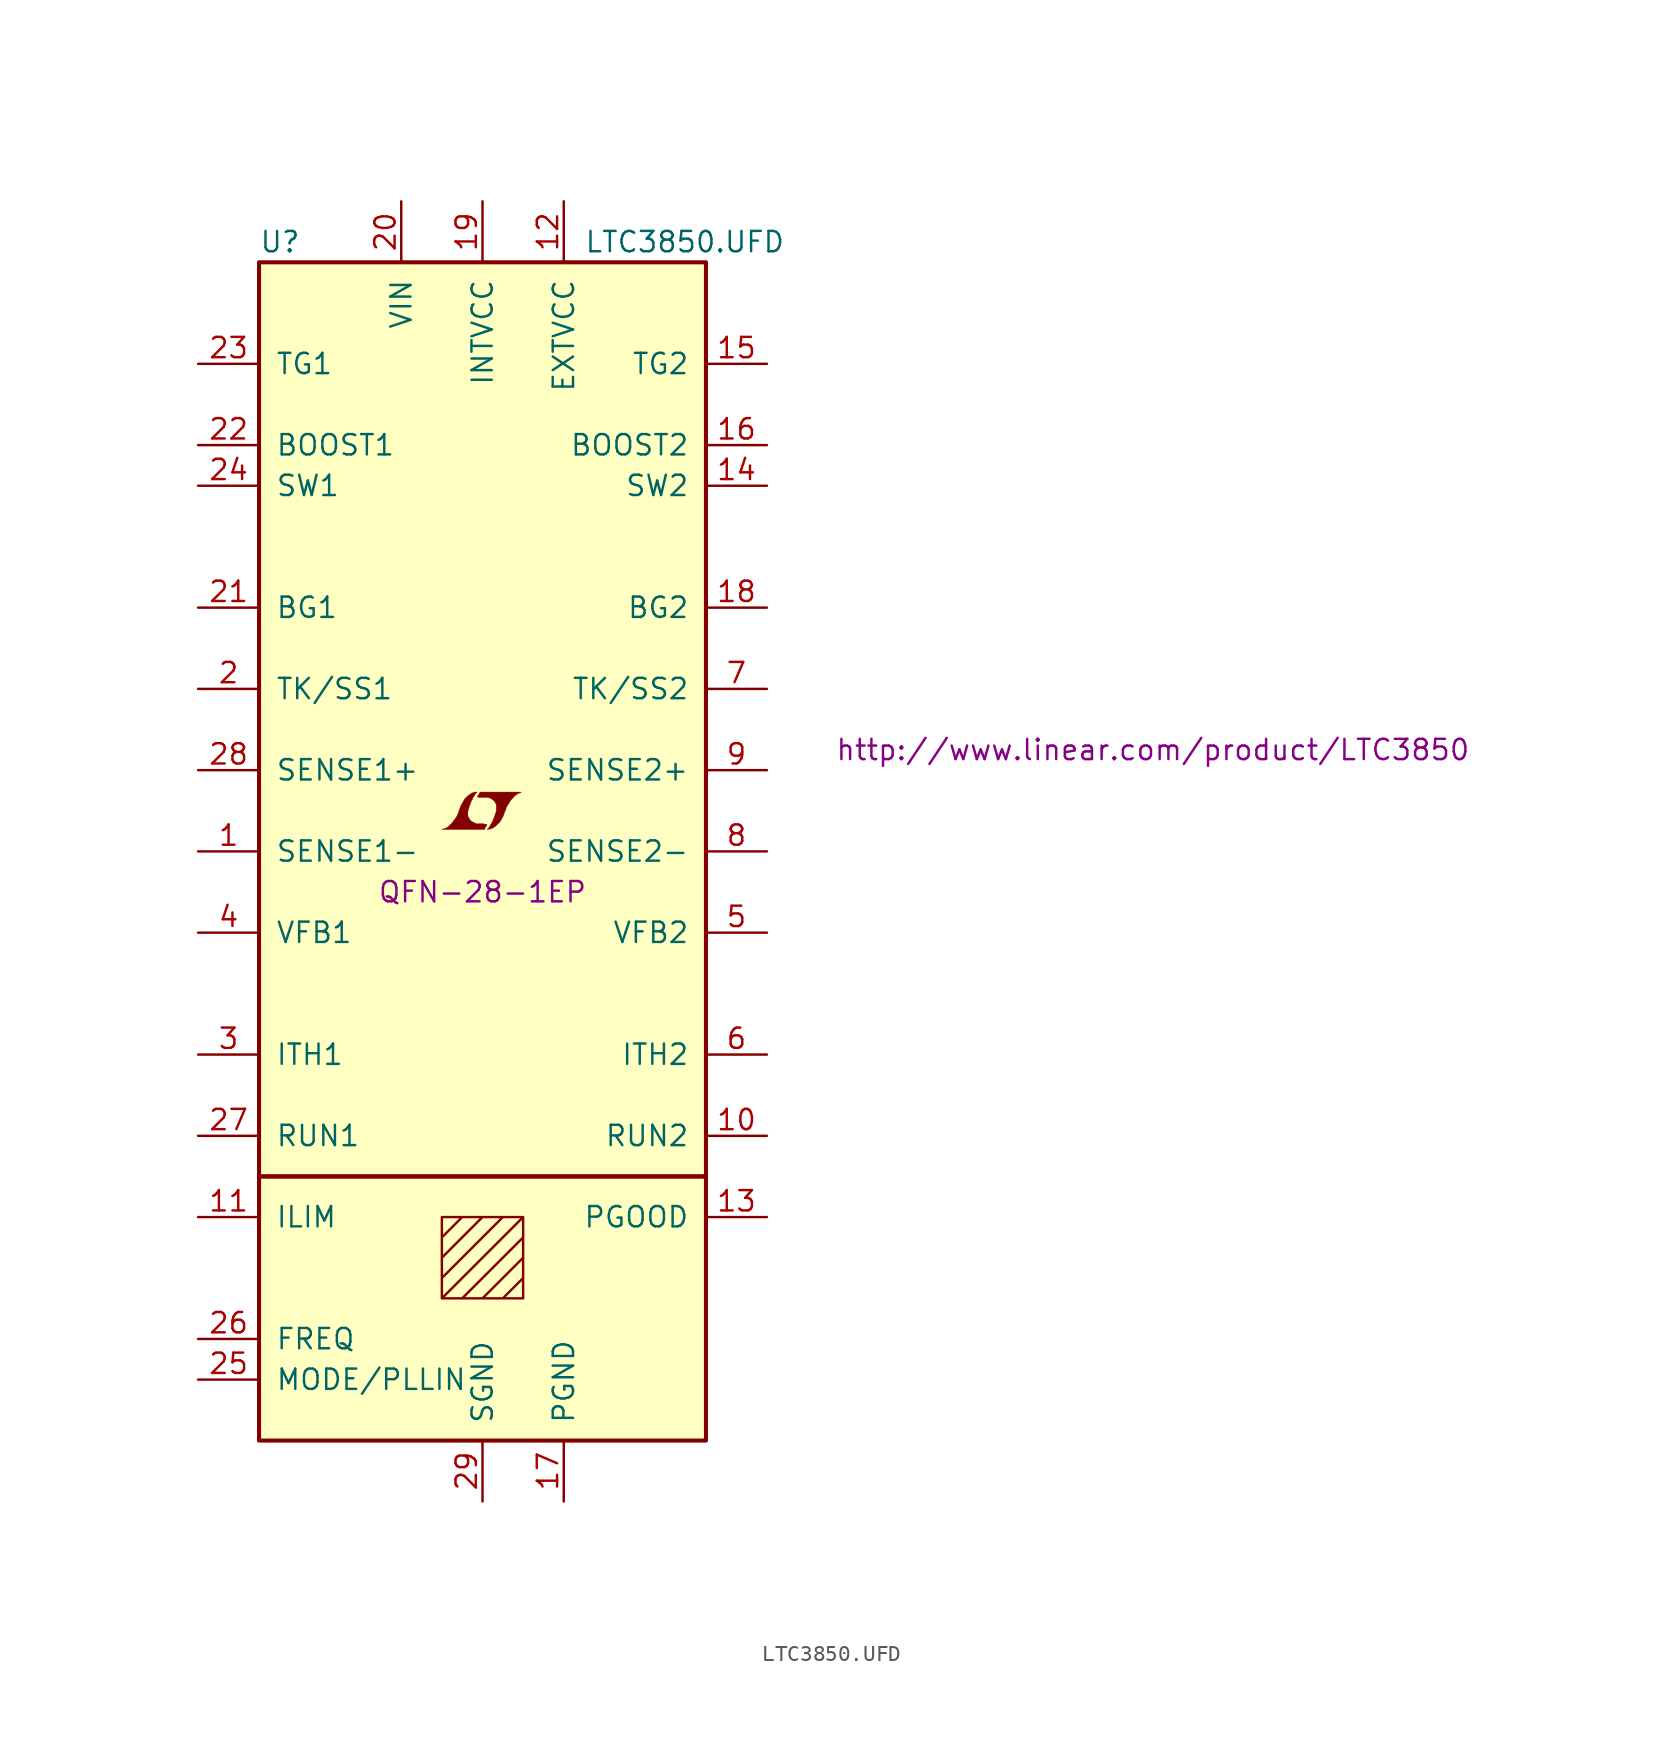
<source format=kicad_sym>
(kicad_symbol_lib
  (version 20201005)
  (generator kicad_symbol_editor)
  (symbol "LTC3850.UFD"
    (pin_names
      (offset 1.016))
    (property "Reference" "U"
      (at -13.97 38.1 0)
      (effects (font (size 1.27 1.27)) (justify left)))
    (property "Value" "LTC3850.UFD"
      (at 6.35 38.1 0)
      (effects (font (size 1.27 1.27)) (justify left)))
    (property "Footprint" "QFN-28-1EP"
      (at 0 -2.54 0)
      (effects (font (size 1.27 1.27))))
    (property "Datasheet" "http://www.linear.com/product/LTC3850"
      (at 41.91 6.35 0)
      (effects (font (size 1.27 1.27))))
    (symbol "LTC3850.UFD_0_0"
      (polyline (pts (xy 0.203 1.549) (xy 0.229 1.575) (xy 0.279 1.676) (xy 0.279 1.702) (xy 0.152 1.702) (xy 0.051 1.727) (xy -0.406 1.727) (xy -0.432 1.753) (xy -0.686 1.88) (xy -0.787 1.981) (xy -0.864 2.108) (xy -0.914 2.21) (xy -0.914 2.515) (xy -0.864 2.667) (xy -0.838 2.769) (xy -0.813 2.845) (xy -0.762 2.972) (xy -0.711 3.124) (xy -0.635 3.251) (xy -0.584 3.378) (xy -0.508 3.48) (xy -0.457 3.581) (xy -0.33 3.708) (xy -0.508 3.708) (xy -0.635 3.658) (xy -0.737 3.607) (xy -0.813 3.556) (xy -0.94 3.454) (xy -1.118 3.277) (xy -1.372 2.819) (xy -1.473 2.54) (xy -1.473 2.489) (xy -1.524 2.388) (xy -1.575 2.261) (xy -1.626 2.159) (xy -1.753 1.981) (xy -1.905 1.778) (xy -2.057 1.626) (xy -2.21 1.499) (xy -2.388 1.422) (xy -2.54 1.372) (xy 0.127 1.372) (xy 0.203 1.549)) (stroke (width 0.025)) (fill (type outline)))
      (polyline (pts (xy 0.406 1.397) (xy 0.483 1.397) (xy 0.66 1.473) (xy 0.813 1.575) (xy 1.092 1.854) (xy 1.219 2.057) (xy 1.321 2.261) (xy 1.397 2.515) (xy 1.422 2.515) (xy 1.499 2.769) (xy 1.753 3.175) (xy 1.905 3.353) (xy 2.057 3.505) (xy 2.21 3.607) (xy 2.388 3.683) (xy 2.413 3.683) (xy 2.413 3.708) (xy -0.152 3.708) (xy -0.229 3.556) (xy -0.254 3.531) (xy -0.305 3.429) (xy -0.33 3.404) (xy -0.279 3.404) (xy -0.229 3.378) (xy 0.305 3.378) (xy 0.356 3.353) (xy 0.406 3.353) (xy 0.483 3.327) (xy 0.61 3.251) (xy 0.737 3.15) (xy 0.813 3.023) (xy 0.838 2.972) (xy 0.864 2.946) (xy 0.864 2.54) (xy 0.838 2.489) (xy 0.838 2.413) (xy 0.787 2.311) (xy 0.762 2.184) (xy 0.686 2.032) (xy 0.635 1.88) (xy 0.483 1.626) (xy 0.432 1.524) (xy 0.279 1.372) (xy 0.406 1.397)) (stroke (width 0.025)) (fill (type outline))))
    (symbol "LTC3850.UFD_0_1"
      (rectangle (start -13.97 36.83) (end 13.97 -20.32) (stroke (width 0.254)) (fill (type background)))
      (rectangle (start 13.97 -20.32) (end -13.97 -36.83) (stroke (width 0.254)) (fill (type background)))
      (polyline (pts (xy -2.54 -24.13) (xy -1.27 -22.86) (xy 0 -22.86) (xy -2.54 -25.4) (xy -2.54 -26.67) (xy 1.27 -22.86) (xy 2.54 -22.86) (xy -2.54 -27.94) (xy -1.27 -27.94) (xy 2.54 -24.13) (xy 2.54 -25.4) (xy 0 -27.94) (xy 1.27 -27.94) (xy 2.54 -26.67) (xy 2.54 -27.94) (xy -2.54 -27.94) (xy -2.54 -22.86) (xy 2.54 -22.86) (xy 2.54 -27.94)) (stroke (width 0)) (fill (type none))))
    (symbol "LTC3850.UFD_1_1"
      (pin passive line (at -17.78 0 0) (length 3.81) (name "SENSE1-" (effects (font (size 1.27 1.27)))) (number "1" (effects (font (size 1.27 1.27)))))
      (pin input line (at 17.78 -17.78 180) (length 3.81) (name "RUN2" (effects (font (size 1.27 1.27)))) (number "10" (effects (font (size 1.27 1.27)))))
      (pin passive line (at -17.78 -22.86 0) (length 3.81) (name "ILIM" (effects (font (size 1.27 1.27)))) (number "11" (effects (font (size 1.27 1.27)))))
      (pin passive line (at 5.08 40.64 270) (length 3.81) (name "EXTVCC" (effects (font (size 1.27 1.27)))) (number "12" (effects (font (size 1.27 1.27)))))
      (pin open_collector line (at 17.78 -22.86 180) (length 3.81) (name "PGOOD" (effects (font (size 1.27 1.27)))) (number "13" (effects (font (size 1.27 1.27)))))
      (pin passive line (at 17.78 22.86 180) (length 3.81) (name "SW2" (effects (font (size 1.27 1.27)))) (number "14" (effects (font (size 1.27 1.27)))))
      (pin passive line (at 17.78 30.48 180) (length 3.81) (name "TG2" (effects (font (size 1.27 1.27)))) (number "15" (effects (font (size 1.27 1.27)))))
      (pin passive line (at 17.78 25.4 180) (length 3.81) (name "BOOST2" (effects (font (size 1.27 1.27)))) (number "16" (effects (font (size 1.27 1.27)))))
      (pin power_in line (at 5.08 -40.64 90) (length 3.81) (name "PGND" (effects (font (size 1.27 1.27)))) (number "17" (effects (font (size 1.27 1.27)))))
      (pin passive line (at 17.78 15.24 180) (length 3.81) (name "BG2" (effects (font (size 1.27 1.27)))) (number "18" (effects (font (size 1.27 1.27)))))
      (pin passive line (at 0 40.64 270) (length 3.81) (name "INTVCC" (effects (font (size 1.27 1.27)))) (number "19" (effects (font (size 1.27 1.27)))))
      (pin passive line (at -17.78 10.16 0) (length 3.81) (name "TK/SS1" (effects (font (size 1.27 1.27)))) (number "2" (effects (font (size 1.27 1.27)))))
      (pin power_in line (at -5.08 40.64 270) (length 3.81) (name "VIN" (effects (font (size 1.27 1.27)))) (number "20" (effects (font (size 1.27 1.27)))))
      (pin passive line (at -17.78 15.24 0) (length 3.81) (name "BG1" (effects (font (size 1.27 1.27)))) (number "21" (effects (font (size 1.27 1.27)))))
      (pin passive line (at -17.78 25.4 0) (length 3.81) (name "BOOST1" (effects (font (size 1.27 1.27)))) (number "22" (effects (font (size 1.27 1.27)))))
      (pin passive line (at -17.78 30.48 0) (length 3.81) (name "TG1" (effects (font (size 1.27 1.27)))) (number "23" (effects (font (size 1.27 1.27)))))
      (pin passive line (at -17.78 22.86 0) (length 3.81) (name "SW1" (effects (font (size 1.27 1.27)))) (number "24" (effects (font (size 1.27 1.27)))))
      (pin input line (at -17.78 -33.02 0) (length 3.81) (name "MODE/PLLIN" (effects (font (size 1.27 1.27)))) (number "25" (effects (font (size 1.27 1.27)))))
      (pin input line (at -17.78 -30.48 0) (length 3.81) (name "FREQ" (effects (font (size 1.27 1.27)))) (number "26" (effects (font (size 1.27 1.27)))))
      (pin input line (at -17.78 -17.78 0) (length 3.81) (name "RUN1" (effects (font (size 1.27 1.27)))) (number "27" (effects (font (size 1.27 1.27)))))
      (pin passive line (at -17.78 5.08 0) (length 3.81) (name "SENSE1+" (effects (font (size 1.27 1.27)))) (number "28" (effects (font (size 1.27 1.27)))))
      (pin power_in line (at 0 -40.64 90) (length 3.81) (name "SGND" (effects (font (size 1.27 1.27)))) (number "29" (effects (font (size 1.27 1.27)))))
      (pin passive line (at -17.78 -12.7 0) (length 3.81) (name "ITH1" (effects (font (size 1.27 1.27)))) (number "3" (effects (font (size 1.27 1.27)))))
      (pin passive line (at -17.78 -5.08 0) (length 3.81) (name "VFB1" (effects (font (size 1.27 1.27)))) (number "4" (effects (font (size 1.27 1.27)))))
      (pin passive line (at 17.78 -5.08 180) (length 3.81) (name "VFB2" (effects (font (size 1.27 1.27)))) (number "5" (effects (font (size 1.27 1.27)))))
      (pin passive line (at 17.78 -12.7 180) (length 3.81) (name "ITH2" (effects (font (size 1.27 1.27)))) (number "6" (effects (font (size 1.27 1.27)))))
      (pin passive line (at 17.78 10.16 180) (length 3.81) (name "TK/SS2" (effects (font (size 1.27 1.27)))) (number "7" (effects (font (size 1.27 1.27)))))
      (pin passive line (at 17.78 0 180) (length 3.81) (name "SENSE2-" (effects (font (size 1.27 1.27)))) (number "8" (effects (font (size 1.27 1.27)))))
      (pin passive line (at 17.78 5.08 180) (length 3.81) (name "SENSE2+" (effects (font (size 1.27 1.27)))) (number "9" (effects (font (size 1.27 1.27))))))))
</source>
